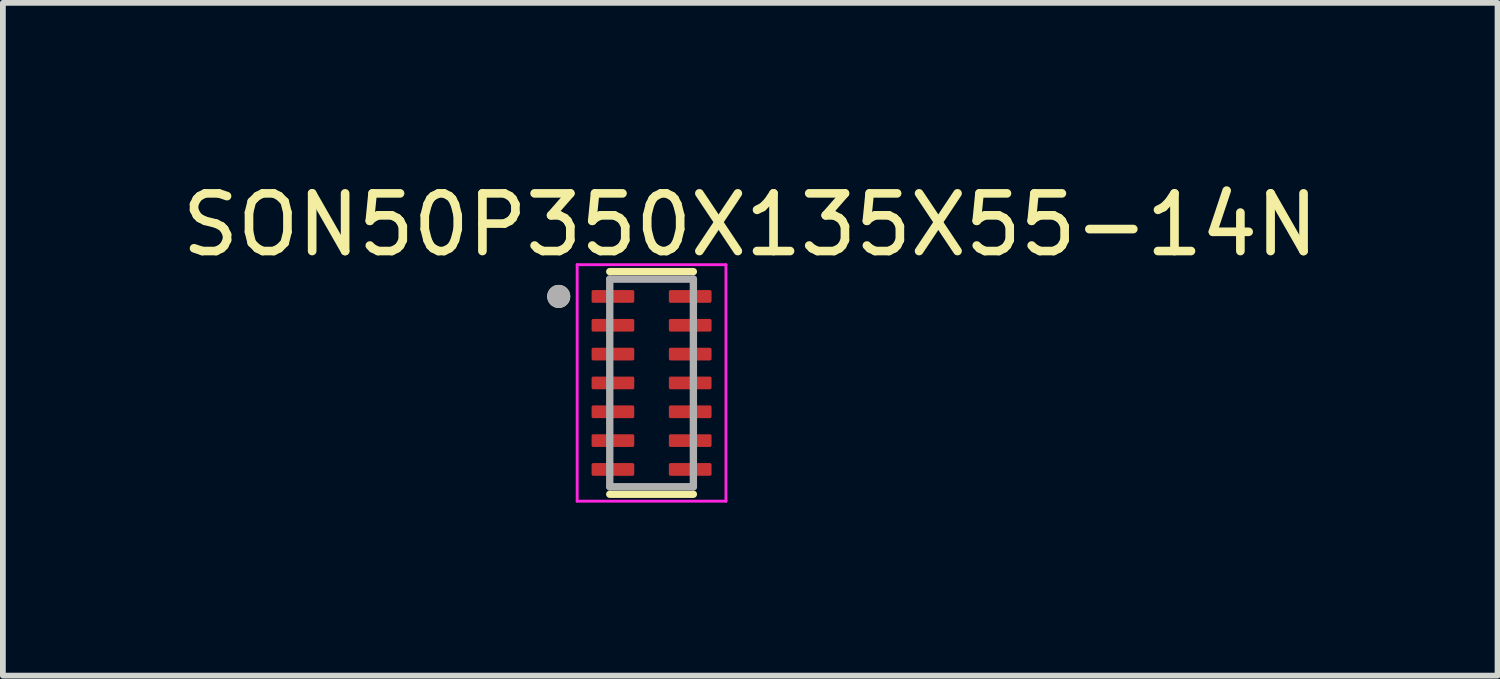
<source format=kicad_pcb>
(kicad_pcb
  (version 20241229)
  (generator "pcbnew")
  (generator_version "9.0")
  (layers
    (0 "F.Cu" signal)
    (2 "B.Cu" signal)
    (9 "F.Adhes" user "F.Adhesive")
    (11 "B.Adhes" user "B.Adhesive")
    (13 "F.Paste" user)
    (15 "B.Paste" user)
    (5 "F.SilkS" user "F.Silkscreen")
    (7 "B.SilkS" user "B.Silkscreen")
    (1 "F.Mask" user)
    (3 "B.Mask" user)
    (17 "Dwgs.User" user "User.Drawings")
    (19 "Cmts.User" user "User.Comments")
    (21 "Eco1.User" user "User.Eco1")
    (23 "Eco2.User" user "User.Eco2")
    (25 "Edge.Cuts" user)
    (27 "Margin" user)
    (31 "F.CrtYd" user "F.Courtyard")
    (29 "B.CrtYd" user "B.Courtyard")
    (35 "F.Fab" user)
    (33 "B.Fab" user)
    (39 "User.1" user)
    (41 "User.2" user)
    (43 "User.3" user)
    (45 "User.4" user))
  (footprint "SON50P350X135X55-14N"
    (layer "F.Cu")
    (at 8.248 3.59)
    (property "Reference" "SON50P350X135X55-14N" (at 1.71 -2.742 0) (layer "F.SilkS") (effects (font (size 1 1) (thickness 0.15))))
    (attr smd)
    (fp_line (start -0.725 -1.93) (end 0.725 -1.93) (stroke (width 0.127) (type solid)) (layer "F.SilkS"))
    (fp_line (start -0.725 1.93) (end 0.725 1.93) (stroke (width 0.127) (type solid)) (layer "F.SilkS"))
    (fp_circle (center -1.61 -1.5) (end -1.51 -1.5) (stroke (width 0.2) (type solid)) (fill no) (layer "F.SilkS"))
    (fp_line (start -1.29 -2.05) (end -1.29 2.05) (stroke (width 0.05) (type solid)) (layer "F.CrtYd"))
    (fp_line (start -1.29 -2.05) (end 1.29 -2.05) (stroke (width 0.05) (type solid)) (layer "F.CrtYd"))
    (fp_line (start -1.29 2.05) (end 1.29 2.05) (stroke (width 0.05) (type solid)) (layer "F.CrtYd"))
    (fp_line (start 1.29 -2.05) (end 1.29 2.05) (stroke (width 0.05) (type solid)) (layer "F.CrtYd"))
    (fp_line (start -0.725 -1.8) (end -0.725 1.8) (stroke (width 0.127) (type solid)) (layer "F.Fab"))
    (fp_line (start -0.725 -1.8) (end 0.725 -1.8) (stroke (width 0.127) (type solid)) (layer "F.Fab"))
    (fp_line (start -0.725 1.8) (end 0.725 1.8) (stroke (width 0.127) (type solid)) (layer "F.Fab"))
    (fp_line (start 0.725 -1.8) (end 0.725 1.8) (stroke (width 0.127) (type solid)) (layer "F.Fab"))
    (fp_circle (center -1.61 -1.5) (end -1.51 -1.5) (stroke (width 0.2) (type solid)) (fill no) (layer "F.Fab"))
    (pad "1" smd roundrect (at -0.67 -1.5) (size 0.74 0.22) (layers "F.Cu" "F.Mask" "F.Paste") (roundrect_rratio 0.125))
    (pad "2" smd roundrect (at -0.67 -1) (size 0.74 0.22) (layers "F.Cu" "F.Mask" "F.Paste") (roundrect_rratio 0.125))
    (pad "3" smd roundrect (at -0.67 -0.5) (size 0.74 0.22) (layers "F.Cu" "F.Mask" "F.Paste") (roundrect_rratio 0.125))
    (pad "4" smd roundrect (at -0.67 0) (size 0.74 0.22) (layers "F.Cu" "F.Mask" "F.Paste") (roundrect_rratio 0.125))
    (pad "5" smd roundrect (at -0.67 0.5) (size 0.74 0.22) (layers "F.Cu" "F.Mask" "F.Paste") (roundrect_rratio 0.125))
    (pad "6" smd roundrect (at -0.67 1) (size 0.74 0.22) (layers "F.Cu" "F.Mask" "F.Paste") (roundrect_rratio 0.125))
    (pad "7" smd roundrect (at -0.67 1.5) (size 0.74 0.22) (layers "F.Cu" "F.Mask" "F.Paste") (roundrect_rratio 0.125))
    (pad "8" smd roundrect (at 0.67 1.5) (size 0.74 0.22) (layers "F.Cu" "F.Mask" "F.Paste") (roundrect_rratio 0.125))
    (pad "9" smd roundrect (at 0.67 1) (size 0.74 0.22) (layers "F.Cu" "F.Mask" "F.Paste") (roundrect_rratio 0.125))
    (pad "10" smd roundrect (at 0.67 0.5) (size 0.74 0.22) (layers "F.Cu" "F.Mask" "F.Paste") (roundrect_rratio 0.125))
    (pad "11" smd roundrect (at 0.67 0) (size 0.74 0.22) (layers "F.Cu" "F.Mask" "F.Paste") (roundrect_rratio 0.125))
    (pad "12" smd roundrect (at 0.67 -0.5) (size 0.74 0.22) (layers "F.Cu" "F.Mask" "F.Paste") (roundrect_rratio 0.125))
    (pad "13" smd roundrect (at 0.67 -1) (size 0.74 0.22) (layers "F.Cu" "F.Mask" "F.Paste") (roundrect_rratio 0.125))
    (pad "14" smd roundrect (at 0.67 -1.5) (size 0.74 0.22) (layers "F.Cu" "F.Mask" "F.Paste") (roundrect_rratio 0.125)))
  (gr_rect
    (start -3 -3)
    (end 22.917 8.665)
    (stroke (width 0.1) (type default))
    (fill no)
    (layer "Edge.Cuts")))
</source>
